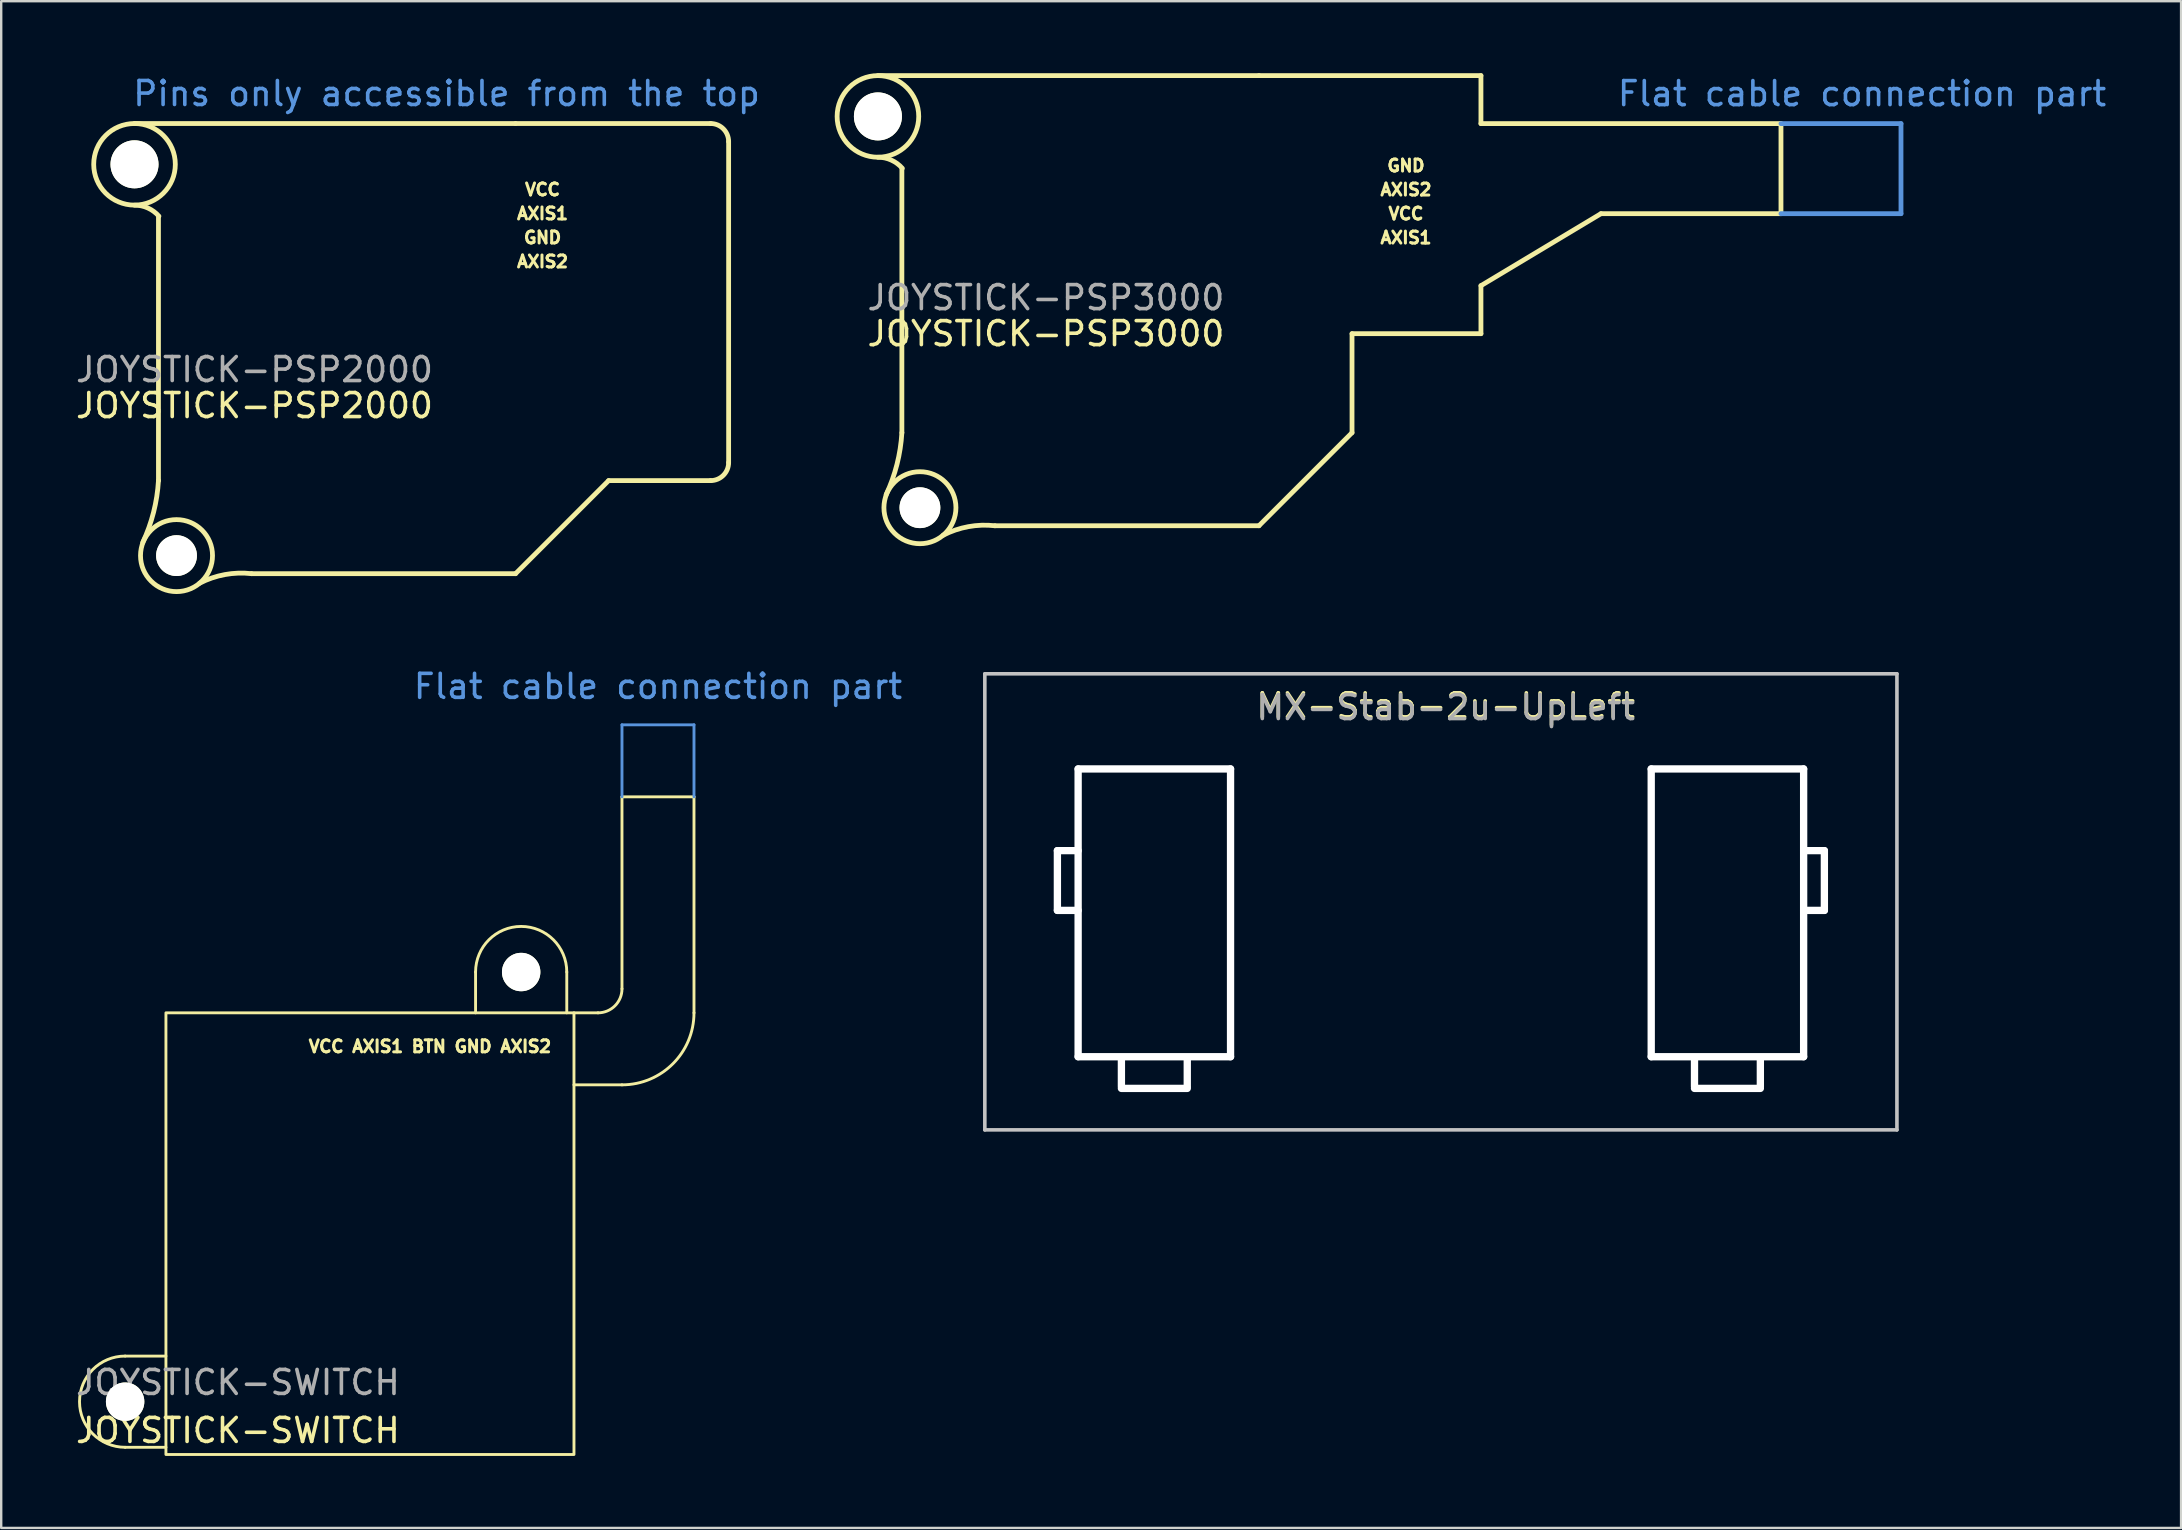
<source format=kicad_pcb>
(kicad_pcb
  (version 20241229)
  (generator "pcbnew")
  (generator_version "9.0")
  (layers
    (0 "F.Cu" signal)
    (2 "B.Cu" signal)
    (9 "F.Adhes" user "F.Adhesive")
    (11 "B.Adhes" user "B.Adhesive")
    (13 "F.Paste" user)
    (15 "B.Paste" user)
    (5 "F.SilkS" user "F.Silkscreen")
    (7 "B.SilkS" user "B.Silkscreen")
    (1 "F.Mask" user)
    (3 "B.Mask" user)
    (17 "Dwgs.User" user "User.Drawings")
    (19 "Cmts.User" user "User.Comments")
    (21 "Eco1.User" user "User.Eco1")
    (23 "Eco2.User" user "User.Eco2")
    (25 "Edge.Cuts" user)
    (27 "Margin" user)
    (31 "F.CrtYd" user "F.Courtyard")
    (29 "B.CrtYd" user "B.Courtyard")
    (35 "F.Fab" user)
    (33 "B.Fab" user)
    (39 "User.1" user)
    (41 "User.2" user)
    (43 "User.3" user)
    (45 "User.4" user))
  (footprint "JOYSTICK-PSP2000"
    (layer "F.Cu")
    (at 12.554 9.848)
    (property "Reference" "JOYSTICK-PSP2000" (at -5 4 0) (unlocked yes) (layer "F.SilkS") (effects (font (size 1 1) (thickness 0.15))))
    (attr smd)
    (fp_line (start -10 -7.752) (end 5.875 -7.752) (stroke (width 0.2) (type solid)) (layer "F.SilkS"))
    (fp_line (start -9.002 7.125) (end -9.002 -3.875) (stroke (width 0.2) (type solid)) (layer "F.SilkS"))
    (fp_line (start -5.125 11.002) (end 5.875 11.002) (stroke (width 0.2) (type solid)) (layer "F.SilkS"))
    (fp_line (start 5.875 -7.752) (end 14 -7.752) (stroke (width 0.2) (type solid)) (layer "F.SilkS"))
    (fp_line (start 9.752 7.125) (end 5.875 11.002) (stroke (width 0.2) (type solid)) (layer "F.SilkS"))
    (fp_line (start 9.752 7.125) (end 14 7.125) (stroke (width 0.2) (type solid)) (layer "F.SilkS"))
    (fp_line (start 14.752 -7) (end 14.752 6.373) (stroke (width 0.2) (type solid)) (layer "F.SilkS"))
    (fp_arc (start -10 -4.352) (mid -9.441897 -4.231552) (end -8.9834 -3.891307) (stroke (width 0.2) (type solid)) (layer "F.SilkS"))
    (fp_arc (start -9.002 7.125) (mid -9.20675 8.446596) (end -9.658264 9.704458) (stroke (width 0.2) (type solid)) (layer "F.SilkS"))
    (fp_arc (start -7.287899 11.399248) (mid -6.236125 11.040286) (end -5.125 11.002) (stroke (width 0.2) (type solid)) (layer "F.SilkS"))
    (fp_arc (start 14 -7.752) (mid 14.531744 -7.531744) (end 14.752 -7) (stroke (width 0.2) (type solid)) (layer "F.SilkS"))
    (fp_arc (start 14.752 6.373) (mid 14.531744 6.904744) (end 14 7.125) (stroke (width 0.2) (type solid)) (layer "F.SilkS"))
    (fp_circle (center -10 -6.052) (end -8.3 -6.052) (stroke (width 0.2) (type solid)) (fill no) (layer "F.SilkS"))
    (fp_circle (center -8.25 10.25) (end -6.75 10.25) (stroke (width 0.2) (type solid)) (fill no) (layer "F.SilkS"))
    (fp_text user "AXIS2" (at 7 -2 0) (unlocked yes) (layer "F.SilkS") (effects (font (size 0.5 0.5) (thickness 0.125))))
    (fp_text user "GND" (at 7 -3 0) (unlocked yes) (layer "F.SilkS") (effects (font (size 0.5 0.5) (thickness 0.125))))
    (fp_text user "AXIS1" (at 7 -4 0) (unlocked yes) (layer "F.SilkS") (effects (font (size 0.5 0.5) (thickness 0.125))))
    (fp_text user "VCC" (at 7 -5 0) (unlocked yes) (layer "F.SilkS") (effects (font (size 0.5 0.5) (thickness 0.125))))
    (fp_text user "Pins only accessible from the top" (at 3 -9 0) (unlocked yes) (layer "Cmts.User") (effects (font (size 1 1) (thickness 0.15))))
    (fp_text user "${REFERENCE}" (at -5 2.5 0) (unlocked yes) (layer "F.Fab") (effects (font (size 1 1) (thickness 0.15))))
    (pad "" np_thru_hole circle (at -10 -6.052) (size 2 2) (drill 2) (layers "*.Cu" "*.Mask" "F.SilkS"))
    (pad "" np_thru_hole circle (at -8.25 10.25) (size 1.7 1.7) (drill 1.7) (layers "*.Cu" "*.Mask" "F.SilkS")))
  (footprint "JOYSTICK-PSP3000"
    (layer "F.Cu")
    (at 45.526 6.852)
    (property "Reference" "JOYSTICK-PSP3000" (at -5 4 0) (unlocked yes) (layer "F.SilkS") (effects (font (size 1 1) (thickness 0.15))))
    (attr smd)
    (fp_line (start -12 -6.752) (end 3.875 -6.752) (stroke (width 0.2) (type solid)) (layer "F.SilkS"))
    (fp_line (start -11.002 8.125) (end -11.002 -2.875) (stroke (width 0.2) (type solid)) (layer "F.SilkS"))
    (fp_line (start -7.125 12.002) (end 3.875 12.002) (stroke (width 0.2) (type solid)) (layer "F.SilkS"))
    (fp_line (start 3.875 -6.752) (end 13.123 -6.752) (stroke (width 0.2) (type solid)) (layer "F.SilkS"))
    (fp_line (start 7.752 4) (end 7.752 8.125) (stroke (width 0.2) (type solid)) (layer "F.SilkS"))
    (fp_line (start 7.752 4) (end 13.123 4) (stroke (width 0.2) (type solid)) (layer "F.SilkS"))
    (fp_line (start 7.752 8.125) (end 3.875 12.002) (stroke (width 0.2) (type solid)) (layer "F.SilkS"))
    (fp_line (start 8 4) (end 8 4) (stroke (width 0.12) (type solid)) (layer "F.SilkS"))
    (fp_line (start 13.123 -6.752) (end 13.123 -4.752) (stroke (width 0.2) (type solid)) (layer "F.SilkS"))
    (fp_line (start 13.123 -4.752) (end 25.623 -4.752) (stroke (width 0.2) (type solid)) (layer "F.SilkS"))
    (fp_line (start 13.123 2) (end 13.123 4) (stroke (width 0.2) (type solid)) (layer "F.SilkS"))
    (fp_line (start 13.123 2) (end 18.123 -1) (stroke (width 0.2) (type solid)) (layer "F.SilkS"))
    (fp_line (start 18.123 -1) (end 25.623 -1) (stroke (width 0.2) (type solid)) (layer "F.SilkS"))
    (fp_line (start 25.623 -4.752) (end 25.623 -1) (stroke (width 0.2) (type solid)) (layer "F.SilkS"))
    (fp_arc (start -12 -3.352) (mid -11.441897 -3.231552) (end -10.9834 -2.891307) (stroke (width 0.2) (type solid)) (layer "F.SilkS"))
    (fp_arc (start -11.002 8.125) (mid -11.206636 9.446149) (end -11.658264 10.704458) (stroke (width 0.2) (type solid)) (layer "F.SilkS"))
    (fp_arc (start -9.287899 12.399248) (mid -8.235905 12.040246) (end -7.125 12.002) (stroke (width 0.2) (type solid)) (layer "F.SilkS"))
    (fp_circle (center -12 -5.052) (end -10.3 -5.052) (stroke (width 0.2) (type solid)) (fill no) (layer "F.SilkS"))
    (fp_circle (center -10.25 11.25) (end -8.75 11.25) (stroke (width 0.2) (type solid)) (fill no) (layer "F.SilkS"))
    (fp_line (start 25.623 -4.752) (end 30.623 -4.752) (stroke (width 0.2) (type solid)) (layer "Cmts.User"))
    (fp_line (start 25.623 -1) (end 30.623 -1) (stroke (width 0.2) (type solid)) (layer "Cmts.User"))
    (fp_line (start 30.623 -4.752) (end 30.623 -1) (stroke (width 0.2) (type solid)) (layer "Cmts.User"))
    (fp_text user "GND" (at 10 -3 0) (unlocked yes) (layer "F.SilkS") (effects (font (size 0.5 0.5) (thickness 0.125))))
    (fp_text user "VCC" (at 10 -1 0) (unlocked yes) (layer "F.SilkS") (effects (font (size 0.5 0.5) (thickness 0.125))))
    (fp_text user "AXIS1" (at 10 0 0) (unlocked yes) (layer "F.SilkS") (effects (font (size 0.5 0.5) (thickness 0.125))))
    (fp_text user "AXIS2" (at 10 -2 0) (unlocked yes) (layer "F.SilkS") (effects (font (size 0.5 0.5) (thickness 0.125))))
    (fp_text user "Flat cable connection part" (at 29 -6 0) (unlocked yes) (layer "Cmts.User") (effects (font (size 1 1) (thickness 0.15))))
    (fp_text user "${REFERENCE}" (at -5 2.5 0) (unlocked yes) (layer "F.Fab") (effects (font (size 1 1) (thickness 0.15))))
    (pad "" np_thru_hole circle (at -12 -5.052) (size 2 2) (drill 2) (layers "*.Cu" "*.Mask" "F.SilkS"))
    (pad "" np_thru_hole circle (at -10.25 11.25) (size 1.7 1.7) (drill 1.7) (layers "*.Cu" "*.Mask" "F.SilkS")))
  (footprint "JOYSTICK-SWITCH"
    (layer "F.Cu")
    (at 10.863 48.547)
    (property "Reference" "JOYSTICK-SWITCH" (at -4 8 0) (unlocked yes) (layer "F.SilkS") (effects (font (size 1 1) (thickness 0.15))))
    (attr smd)
    (fp_line (start -7 4.9) (end -8.7 4.9) (stroke (width 0.12) (type solid)) (layer "F.SilkS"))
    (fp_line (start -7 8.7) (end -8.7 8.7) (stroke (width 0.12) (type solid)) (layer "F.SilkS"))
    (fp_line (start 5.9 -9.4) (end 5.9 -11.1) (stroke (width 0.12) (type solid)) (layer "F.SilkS"))
    (fp_line (start 9.7 -9.4) (end 9.7 -11.1) (stroke (width 0.12) (type solid)) (layer "F.SilkS"))
    (fp_line (start 10 -9.4) (end 11 -9.4) (stroke (width 0.12) (type solid)) (layer "F.SilkS"))
    (fp_line (start 10 -6.4) (end 12 -6.4) (stroke (width 0.12) (type solid)) (layer "F.SilkS"))
    (fp_line (start 12 -18.4) (end 15 -18.4) (stroke (width 0.12) (type solid)) (layer "F.SilkS"))
    (fp_line (start 12 -10.4) (end 12 -18.4) (stroke (width 0.12) (type solid)) (layer "F.SilkS"))
    (fp_line (start 15 -9.4) (end 15 -18.4) (stroke (width 0.12) (type solid)) (layer "F.SilkS"))
    (fp_rect (start -7 -9.4) (end 10 9) (stroke (width 0.12) (type solid)) (fill no) (layer "F.SilkS"))
    (fp_arc (start -8.7 8.7) (mid -10.6 6.8) (end -8.7 4.9) (stroke (width 0.12) (type solid)) (layer "F.SilkS"))
    (fp_arc (start 5.9 -11.1) (mid 7.8 -13) (end 9.7 -11.1) (stroke (width 0.12) (type solid)) (layer "F.SilkS"))
    (fp_arc (start 12 -10.4) (mid 11.707107 -9.692893) (end 11 -9.4) (stroke (width 0.12) (type solid)) (layer "F.SilkS"))
    (fp_arc (start 15 -9.4) (mid 14.12132 -7.27868) (end 12 -6.4) (stroke (width 0.12) (type solid)) (layer "F.SilkS"))
    (fp_line (start -9.28 6.3) (end -9.03 6.55) (stroke (width 0.127) (type solid)) (layer "Dwgs.User"))
    (fp_line (start 12 -21.4) (end 15 -21.4) (stroke (width 0.12) (type solid)) (layer "Cmts.User"))
    (fp_line (start 12 -18.4) (end 12 -21.4) (stroke (width 0.12) (type solid)) (layer "Cmts.User"))
    (fp_line (start 15 -18.4) (end 15 -21.4) (stroke (width 0.12) (type solid)) (layer "Cmts.User"))
    (fp_text user "VCC AXIS1 BTN GND AXIS2" (at 4 -8 0) (unlocked yes) (layer "F.SilkS") (effects (font (size 0.5 0.5) (thickness 0.125))))
    (fp_text user "Flat cable connection part" (at 13.5 -23 0) (unlocked yes) (layer "Cmts.User") (effects (font (size 1 1) (thickness 0.15))))
    (fp_text user "${REFERENCE}" (at -4 6 0) (unlocked yes) (layer "F.Fab") (effects (font (size 1 1) (thickness 0.15))))
    (pad "" np_thru_hole circle (at -8.7 6.8 90) (size 1.6 1.6) (drill 1.6) (layers "*.Cu" "*.Mask" "F.SilkS"))
    (pad "" np_thru_hole circle (at 7.8 -11.1) (size 1.6 1.6) (drill 1.6) (layers "*.Cu" "*.Mask" "F.SilkS")))
  (footprint "MX-Stab-2u-UpLeft"
    (layer "F.Cu")
    (at 37.905 24.948)
    (property "Reference" "MX-Stab-2u-UpLeft" (at 19.278 1.412 0) (unlocked yes) (layer "F.SilkS") (effects (font (size 1 1) (thickness 0.15))))
    (attr smd)
    (fp_line (start 0.075 0.075) (end 38.075 0.075) (stroke (width 0.15) (type solid)) (layer "Dwgs.User"))
    (fp_line (start 0.075 19.075) (end 0.075 0.075) (stroke (width 0.15) (type solid)) (layer "Dwgs.User"))
    (fp_line (start 38.075 0.075) (end 38.075 19.075) (stroke (width 0.15) (type solid)) (layer "Dwgs.User"))
    (fp_line (start 38.075 19.075) (end 0.075 19.075) (stroke (width 0.15) (type solid)) (layer "Dwgs.User"))
    (fp_text user "${REFERENCE}" (at 19.278 1.482 0) (unlocked yes) (layer "F.Fab") (effects (font (size 1 1) (thickness 0.15))))
    (pad "" np_thru_hole oval (at 3.098 8.686) (size 0.305 2.794) (drill oval 0.305 2.794) (layers "*.Cu" "*.Mask"))
    (pad "" np_thru_hole oval (at 3.53 7.441) (size 1.168 0.305) (drill oval 1.168 0.305) (layers "*.Cu" "*.Mask"))
    (pad "" np_thru_hole oval (at 3.53 9.931) (size 1.168 0.305) (drill oval 1.168 0.305) (layers "*.Cu" "*.Mask"))
    (pad "" np_thru_hole oval (at 3.962 10.032) (size 0.305 12.294) (drill oval 0.305 12.294) (layers "*.Cu" "*.Mask"))
    (pad "" np_thru_hole oval (at 5.765 16.687) (size 0.305 1.473) (drill oval 0.305 1.473) (layers "*.Cu" "*.Mask"))
    (pad "" np_thru_hole oval (at 7.137 4.038) (size 6.655 0.305) (drill oval 6.655 0.305) (layers "*.Cu" "*.Mask"))
    (pad "" np_thru_hole oval (at 7.137 16.027) (size 6.655 0.305) (drill oval 6.655 0.305) (layers "*.Cu" "*.Mask"))
    (pad "" np_thru_hole oval (at 7.137 17.347) (size 3.048 0.305) (drill oval 3.048 0.305) (layers "*.Cu" "*.Mask"))
    (pad "" np_thru_hole oval (at 8.509 16.687) (size 0.305 1.473) (drill oval 0.305 1.473) (layers "*.Cu" "*.Mask"))
    (pad "" np_thru_hole oval (at 10.312 10.032) (size 0.305 12.294) (drill oval 0.305 12.294) (layers "*.Cu" "*.Mask"))
    (pad "" np_thru_hole oval (at 27.838 10.032) (size 0.305 12.294) (drill oval 0.305 12.294) (layers "*.Cu" "*.Mask"))
    (pad "" np_thru_hole oval (at 29.641 16.687) (size 0.305 1.473) (drill oval 0.305 1.473) (layers "*.Cu" "*.Mask"))
    (pad "" np_thru_hole oval (at 31.013 4.038) (size 6.655 0.305) (drill oval 6.655 0.305) (layers "*.Cu" "*.Mask"))
    (pad "" np_thru_hole oval (at 31.013 16.027) (size 6.655 0.305) (drill oval 6.655 0.305) (layers "*.Cu" "*.Mask"))
    (pad "" np_thru_hole oval (at 31.013 17.347) (size 3.048 0.305) (drill oval 3.048 0.305) (layers "*.Cu" "*.Mask"))
    (pad "" np_thru_hole oval (at 32.385 16.687) (size 0.305 1.473) (drill oval 0.305 1.473) (layers "*.Cu" "*.Mask"))
    (pad "" np_thru_hole oval (at 34.188 10.032) (size 0.305 12.294) (drill oval 0.305 12.294) (layers "*.Cu" "*.Mask"))
    (pad "" np_thru_hole oval (at 34.62 7.441) (size 1.168 0.305) (drill oval 1.168 0.305) (layers "*.Cu" "*.Mask"))
    (pad "" np_thru_hole oval (at 34.62 9.931) (size 1.168 0.305) (drill oval 1.168 0.305) (layers "*.Cu" "*.Mask"))
    (pad "" np_thru_hole oval (at 35.052 8.686) (size 0.305 2.794) (drill oval 0.305 2.794) (layers "*.Cu" "*.Mask")))
  (gr_rect
    (start -3 -3)
    (end 87.818 60.606)
    (stroke (width 0.1) (type default))
    (fill no)
    (layer "Edge.Cuts")))
</source>
